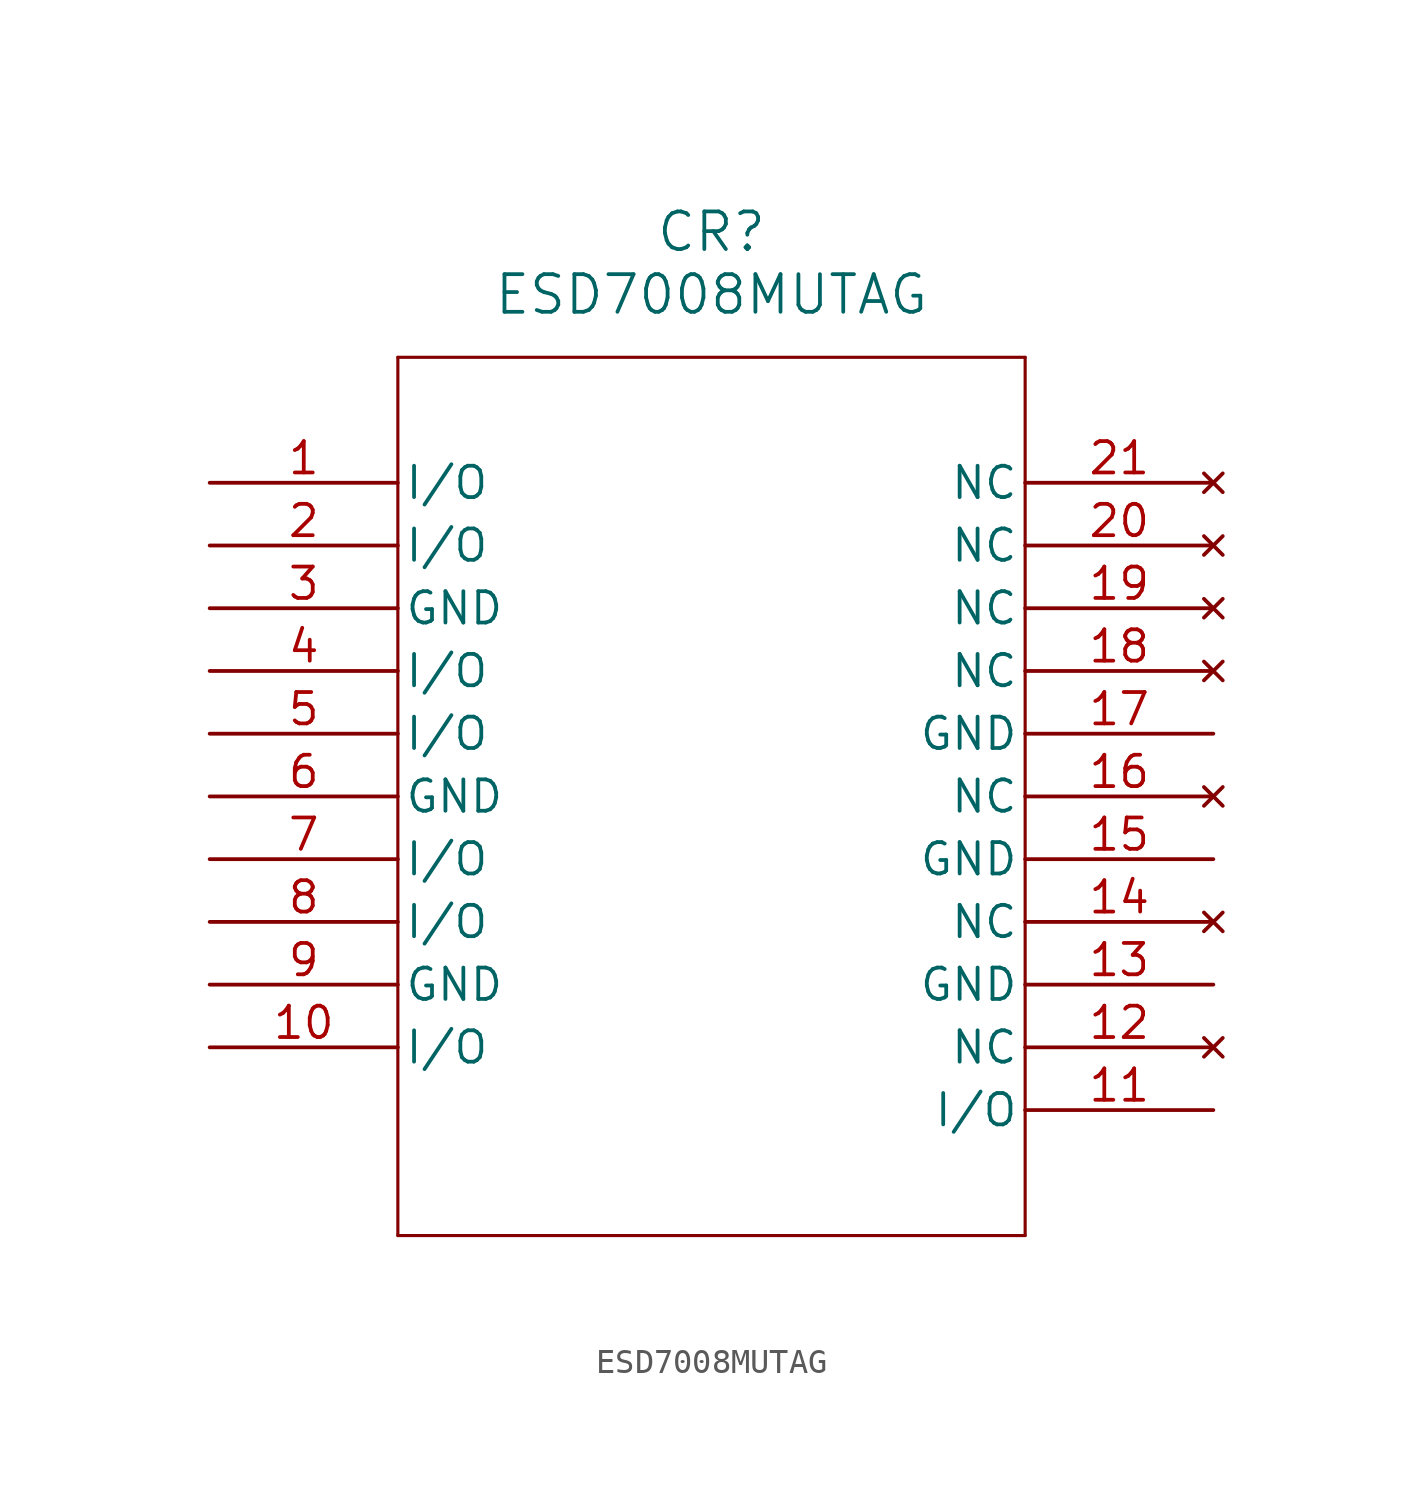
<source format=kicad_sym>
(kicad_symbol_lib
  (version 20211014)
  (generator kicad_symbol_editor)
  (symbol "ESD7008MUTAG"
    (pin_names
      (offset 0.254))
    (property "Reference" "CR"
      (at 20.32 10.16 0)
      (effects (font (size 1.524 1.524))))
    (property "Value" "ESD7008MUTAG"
      (at 20.32 7.62 0)
      (effects (font (size 1.524 1.524))))
    (symbol "ESD7008MUTAG_0_1"
      (polyline (pts (xy 7.62 5.08) (xy 7.62 -30.48)) (stroke (width 0.127) (type default) (color 0 0 0 0)) (fill (type none)))
      (polyline (pts (xy 7.62 -30.48) (xy 33.02 -30.48)) (stroke (width 0.127) (type default) (color 0 0 0 0)) (fill (type none)))
      (polyline (pts (xy 33.02 -30.48) (xy 33.02 5.08)) (stroke (width 0.127) (type default) (color 0 0 0 0)) (fill (type none)))
      (polyline (pts (xy 33.02 5.08) (xy 7.62 5.08)) (stroke (width 0.127) (type default) (color 0 0 0 0)) (fill (type none)))
      (pin bidirectional line (at 0 0 0) (length 7.62) (name "I/O" (effects (font (size 1.27 1.27)))) (number "1" (effects (font (size 1.27 1.27)))))
      (pin bidirectional line (at 0 -2.54 0) (length 7.62) (name "I/O" (effects (font (size 1.27 1.27)))) (number "2" (effects (font (size 1.27 1.27)))))
      (pin power_out line (at 0 -5.08 0) (length 7.62) (name "GND" (effects (font (size 1.27 1.27)))) (number "3" (effects (font (size 1.27 1.27)))))
      (pin bidirectional line (at 0 -7.62 0) (length 7.62) (name "I/O" (effects (font (size 1.27 1.27)))) (number "4" (effects (font (size 1.27 1.27)))))
      (pin bidirectional line (at 0 -10.16 0) (length 7.62) (name "I/O" (effects (font (size 1.27 1.27)))) (number "5" (effects (font (size 1.27 1.27)))))
      (pin power_out line (at 0 -12.7 0) (length 7.62) (name "GND" (effects (font (size 1.27 1.27)))) (number "6" (effects (font (size 1.27 1.27)))))
      (pin bidirectional line (at 0 -15.24 0) (length 7.62) (name "I/O" (effects (font (size 1.27 1.27)))) (number "7" (effects (font (size 1.27 1.27)))))
      (pin bidirectional line (at 0 -17.78 0) (length 7.62) (name "I/O" (effects (font (size 1.27 1.27)))) (number "8" (effects (font (size 1.27 1.27)))))
      (pin power_out line (at 0 -20.32 0) (length 7.62) (name "GND" (effects (font (size 1.27 1.27)))) (number "9" (effects (font (size 1.27 1.27)))))
      (pin bidirectional line (at 0 -22.86 0) (length 7.62) (name "I/O" (effects (font (size 1.27 1.27)))) (number "10" (effects (font (size 1.27 1.27)))))
      (pin bidirectional line (at 40.64 -25.4 180) (length 7.62) (name "I/O" (effects (font (size 1.27 1.27)))) (number "11" (effects (font (size 1.27 1.27)))))
      (pin no_connect line (at 40.64 -22.86 180) (length 7.62) (name "NC" (effects (font (size 1.27 1.27)))) (number "12" (effects (font (size 1.27 1.27)))))
      (pin power_out line (at 40.64 -20.32 180) (length 7.62) (name "GND" (effects (font (size 1.27 1.27)))) (number "13" (effects (font (size 1.27 1.27)))))
      (pin no_connect line (at 40.64 -17.78 180) (length 7.62) (name "NC" (effects (font (size 1.27 1.27)))) (number "14" (effects (font (size 1.27 1.27)))))
      (pin power_out line (at 40.64 -15.24 180) (length 7.62) (name "GND" (effects (font (size 1.27 1.27)))) (number "15" (effects (font (size 1.27 1.27)))))
      (pin no_connect line (at 40.64 -12.7 180) (length 7.62) (name "NC" (effects (font (size 1.27 1.27)))) (number "16" (effects (font (size 1.27 1.27)))))
      (pin power_out line (at 40.64 -10.16 180) (length 7.62) (name "GND" (effects (font (size 1.27 1.27)))) (number "17" (effects (font (size 1.27 1.27)))))
      (pin no_connect line (at 40.64 -7.62 180) (length 7.62) (name "NC" (effects (font (size 1.27 1.27)))) (number "18" (effects (font (size 1.27 1.27)))))
      (pin no_connect line (at 40.64 -5.08 180) (length 7.62) (name "NC" (effects (font (size 1.27 1.27)))) (number "19" (effects (font (size 1.27 1.27)))))
      (pin no_connect line (at 40.64 -2.54 180) (length 7.62) (name "NC" (effects (font (size 1.27 1.27)))) (number "20" (effects (font (size 1.27 1.27)))))
      (pin no_connect line (at 40.64 0 180) (length 7.62) (name "NC" (effects (font (size 1.27 1.27)))) (number "21" (effects (font (size 1.27 1.27))))))))
</source>
